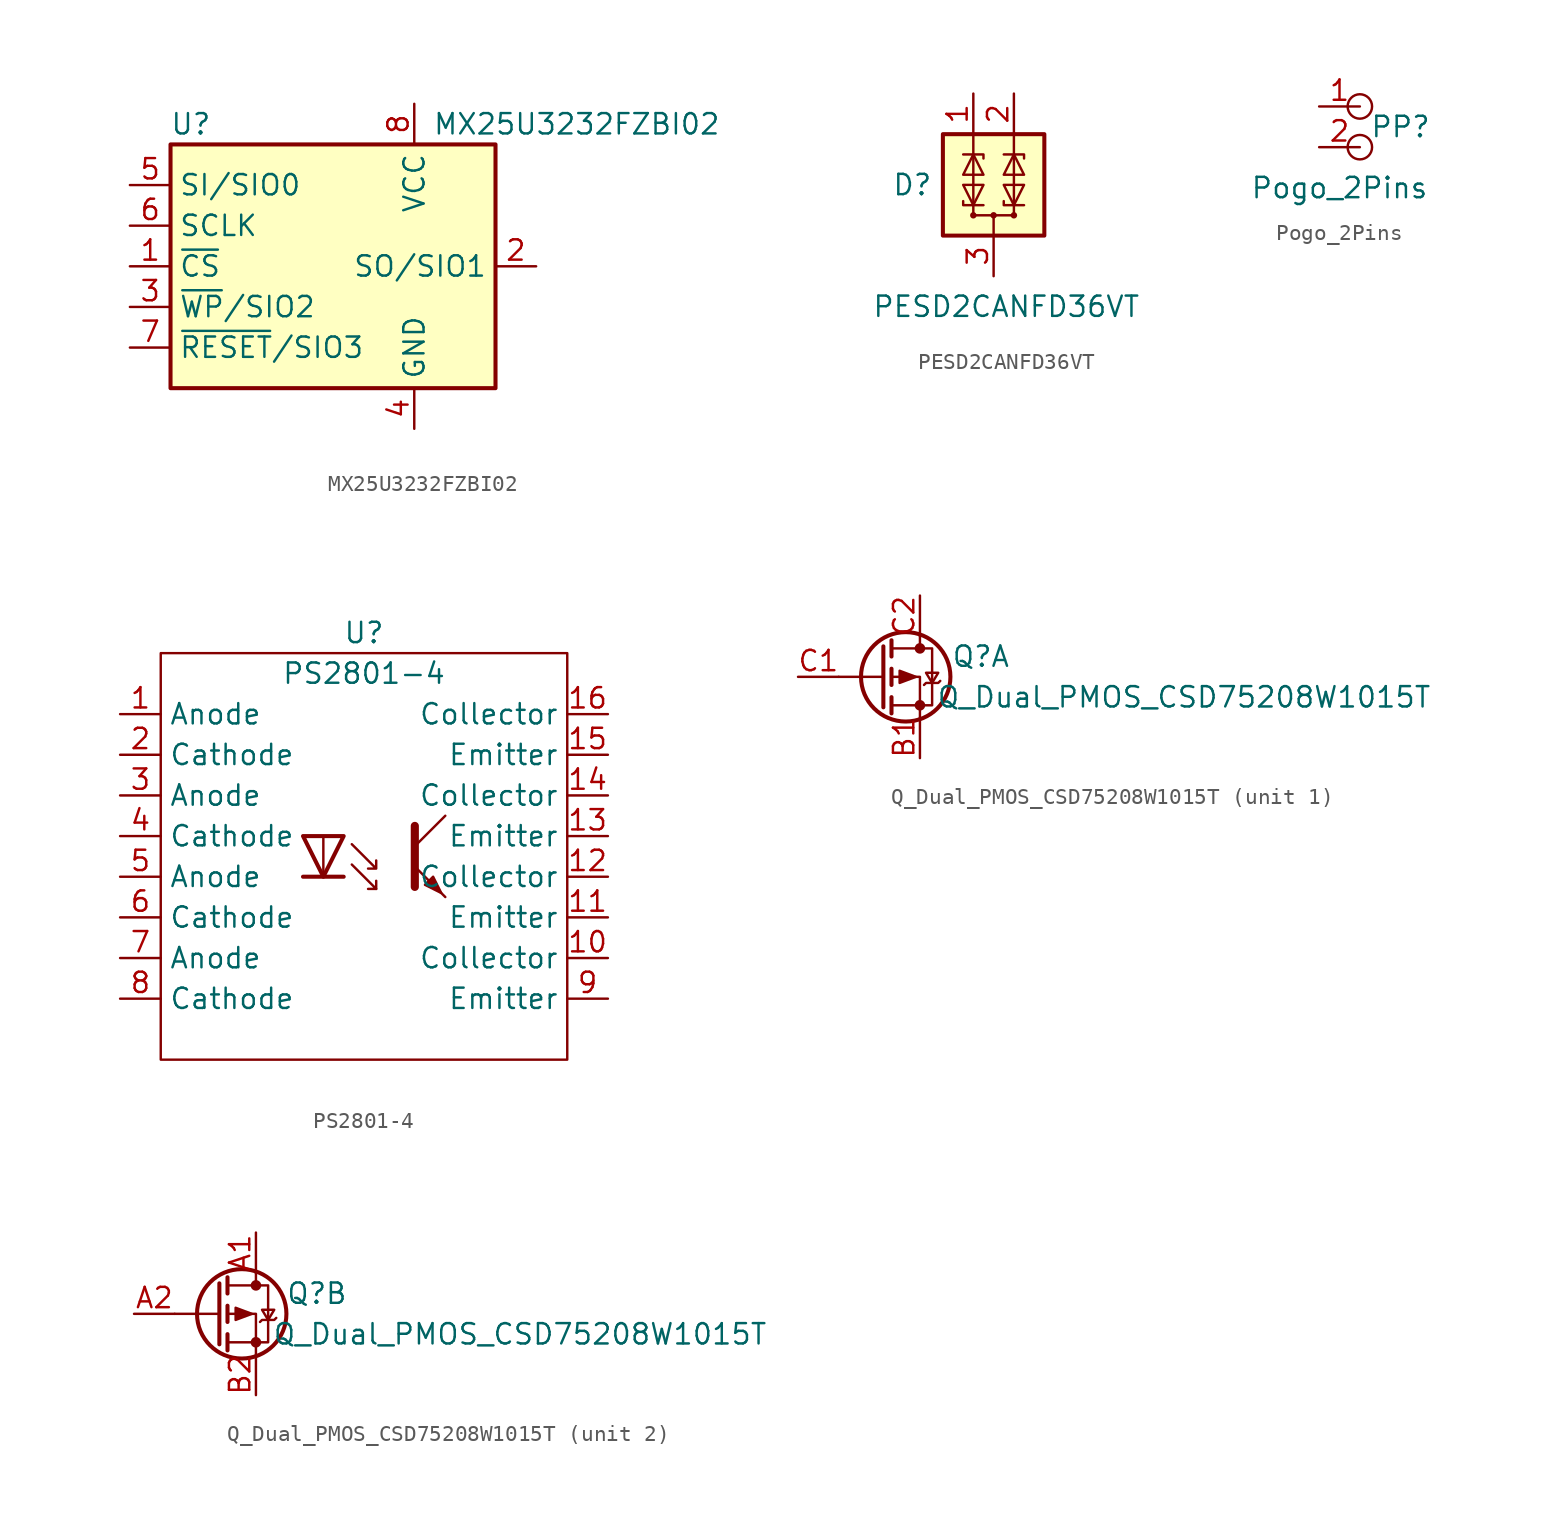
<source format=kicad_sym>
(kicad_symbol_lib
  (version 20220914)
  (generator kicad_symbol_editor)
  (symbol "MX25U3232FZBI02"
    (property "Reference" "U"
      (at -8.89 8.89 0)
      (effects (font (size 1.27 1.27))))
    (property "Value" "MX25U3232FZBI02"
      (at 15.24 8.89 0)
      (effects (font (size 1.27 1.27))))
    (symbol "MX25U3232FZBI02_1_1"
      (rectangle (start -10.16 7.62) (end 10.16 -7.62) (stroke (width 0.254) (type default)) (fill (type background)))
      (pin input line (at -12.7 0 0) (length 2.54) (name "~{CS}" (effects (font (size 1.27 1.27)))) (number "1" (effects (font (size 1.27 1.27)))))
      (pin bidirectional line (at 12.7 0 180) (length 2.54) (name "SO/SIO1" (effects (font (size 1.27 1.27)))) (number "2" (effects (font (size 1.27 1.27)))))
      (pin bidirectional line (at -12.7 -2.54 0) (length 2.54) (name "~{WP}/SIO2" (effects (font (size 1.27 1.27)))) (number "3" (effects (font (size 1.27 1.27)))))
      (pin power_in line (at 5.08 -10.16 90) (length 2.54) (name "GND" (effects (font (size 1.27 1.27)))) (number "4" (effects (font (size 1.27 1.27)))))
      (pin bidirectional line (at -12.7 5.08 0) (length 2.54) (name "SI/SIO0" (effects (font (size 1.27 1.27)))) (number "5" (effects (font (size 1.27 1.27)))))
      (pin input line (at -12.7 2.54 0) (length 2.54) (name "SCLK" (effects (font (size 1.27 1.27)))) (number "6" (effects (font (size 1.27 1.27)))))
      (pin bidirectional line (at -12.7 -5.08 0) (length 2.54) (name "~{RESET}/SIO3" (effects (font (size 1.27 1.27)))) (number "7" (effects (font (size 1.27 1.27)))))
      (pin power_in line (at 5.08 10.16 270) (length 2.54) (name "VCC" (effects (font (size 1.27 1.27)))) (number "8" (effects (font (size 1.27 1.27)))))))
  (symbol "PESD2CANFD36VT"
    (pin_names hide)
    (property "Reference" "D"
      (at -3.81 0 0)
      (effects (font (size 1.27 1.27)) (justify right)))
    (property "Value" "PESD2CANFD36VT"
      (at -7.62 -7.62 0)
      (effects (font (size 1.27 1.27)) (justify left)))
    (symbol "PESD2CANFD36VT_0_0"
      (pin passive line (at 0 -5.715 90) (length 2.54) (name "GND" (effects (font (size 1.27 1.27)))) (number "3" (effects (font (size 1.27 1.27))))))
    (symbol "PESD2CANFD36VT_0_1"
      (rectangle (start -3.175 3.175) (end 3.175 -3.175) (stroke (width 0.254) (type default)) (fill (type background)))
      (circle (center -1.27 -1.905) (radius 0.127) (stroke (width 0) (type default)) (fill (type none)))
      (circle (center 0 -1.905) (radius 0.127) (stroke (width 0) (type default)) (fill (type none)))
      (polyline (pts (xy -1.27 -1.905) (xy 0 -1.905)) (stroke (width 0.152) (type default)) (fill (type none)))
      (polyline (pts (xy -1.27 3.175) (xy -1.27 -1.905)) (stroke (width 0) (type default)) (fill (type none)))
      (polyline (pts (xy 0 -1.905) (xy 0 -3.175)) (stroke (width 0) (type default)) (fill (type none)))
      (polyline (pts (xy 1.27 -1.905) (xy 0 -1.905)) (stroke (width 0.152) (type default)) (fill (type none)))
      (polyline (pts (xy 1.27 3.175) (xy 1.27 -1.905)) (stroke (width 0) (type default)) (fill (type none)))
      (polyline (pts (xy -1.905 1.905) (xy -0.635 1.905) (xy -0.635 1.651)) (stroke (width 0) (type default)) (fill (type none)))
      (polyline (pts (xy -0.635 -1.27) (xy -1.905 -1.27) (xy -1.905 -1.016)) (stroke (width 0) (type default)) (fill (type none)))
      (polyline (pts (xy 0.635 1.905) (xy 1.905 1.905) (xy 1.905 1.651)) (stroke (width 0) (type default)) (fill (type none)))
      (polyline (pts (xy 1.905 -1.27) (xy 0.635 -1.27) (xy 0.635 -1.016)) (stroke (width 0) (type default)) (fill (type none)))
      (polyline (pts (xy -1.905 0.635) (xy -0.635 0.635) (xy -1.27 1.905) (xy -1.905 0.635)) (stroke (width 0) (type default)) (fill (type none)))
      (polyline (pts (xy -0.635 0) (xy -1.905 0) (xy -1.27 -1.27) (xy -0.635 0)) (stroke (width 0) (type default)) (fill (type none)))
      (polyline (pts (xy 0.635 0.635) (xy 1.905 0.635) (xy 1.27 1.905) (xy 0.635 0.635)) (stroke (width 0) (type default)) (fill (type none)))
      (polyline (pts (xy 1.905 0) (xy 0.635 0) (xy 1.27 -1.27) (xy 1.905 0)) (stroke (width 0) (type default)) (fill (type none)))
      (circle (center 1.27 -1.905) (radius 0.127) (stroke (width 0) (type default)) (fill (type none))))
    (symbol "PESD2CANFD36VT_1_1"
      (pin passive line (at -1.27 5.715 270) (length 2.54) (name "IO1" (effects (font (size 1.27 1.27)))) (number "1" (effects (font (size 1.27 1.27)))))
      (pin passive line (at 1.27 5.715 270) (length 2.54) (name "IO2" (effects (font (size 1.27 1.27)))) (number "2" (effects (font (size 1.27 1.27)))))))
  (symbol "Pogo_2Pins"
    (pin_names
      (offset 0.762) hide)
    (property "Reference" "PP"
      (at 3.81 0 0)
      (effects (font (size 1.27 1.27))))
    (property "Value" "Pogo_2Pins"
      (at 0 -3.81 0)
      (effects (font (size 1.27 1.27))))
    (property "Datasheet" ""
      (at 0 -2.54 0)
      (effects (font (size 1.27 1.27))))
    (symbol "Pogo_2Pins_0_1"
      (circle (center 1.27 -1.27) (radius 0.762) (stroke (width 0) (type default)) (fill (type none)))
      (circle (center 1.27 1.27) (radius 0.762) (stroke (width 0) (type default)) (fill (type none)))
      (pin passive line (at -1.27 1.27 0) (length 2.54) (name "1" (effects (font (size 1.27 1.27)))) (number "1" (effects (font (size 1.27 1.27)))))
      (pin passive line (at -1.27 -1.27 0) (length 2.54) (name "2" (effects (font (size 1.27 1.27)))) (number "2" (effects (font (size 1.27 1.27)))))))
  (symbol "PS2801-4"
    (property "Reference" "U"
      (at 0 13.97 0)
      (effects (font (size 1.27 1.27))))
    (property "Value" "PS2801-4"
      (at 0 11.43 0)
      (effects (font (size 1.27 1.27))))
    (symbol "PS2801-4_0_0"
      (pin input line (at -15.24 8.89 0) (length 2.54) (name "Anode" (effects (font (size 1.27 1.27)))) (number "1" (effects (font (size 1.27 1.27)))))
      (pin output line (at 15.24 -6.35 180) (length 2.54) (name "Collector" (effects (font (size 1.27 1.27)))) (number "10" (effects (font (size 1.27 1.27)))))
      (pin output line (at 15.24 -3.81 180) (length 2.54) (name "Emitter" (effects (font (size 1.27 1.27)))) (number "11" (effects (font (size 1.27 1.27)))))
      (pin output line (at 15.24 -1.27 180) (length 2.54) (name "Collector" (effects (font (size 1.27 1.27)))) (number "12" (effects (font (size 1.27 1.27)))))
      (pin output line (at 15.24 1.27 180) (length 2.54) (name "Emitter" (effects (font (size 1.27 1.27)))) (number "13" (effects (font (size 1.27 1.27)))))
      (pin output line (at 15.24 3.81 180) (length 2.54) (name "Collector" (effects (font (size 1.27 1.27)))) (number "14" (effects (font (size 1.27 1.27)))))
      (pin output line (at 15.24 6.35 180) (length 2.54) (name "Emitter" (effects (font (size 1.27 1.27)))) (number "15" (effects (font (size 1.27 1.27)))))
      (pin output line (at 15.24 8.89 180) (length 2.54) (name "Collector" (effects (font (size 1.27 1.27)))) (number "16" (effects (font (size 1.27 1.27)))))
      (pin input line (at -15.24 6.35 0) (length 2.54) (name "Cathode" (effects (font (size 1.27 1.27)))) (number "2" (effects (font (size 1.27 1.27)))))
      (pin input line (at -15.24 3.81 0) (length 2.54) (name "Anode" (effects (font (size 1.27 1.27)))) (number "3" (effects (font (size 1.27 1.27)))))
      (pin input line (at -15.24 1.27 0) (length 2.54) (name "Cathode" (effects (font (size 1.27 1.27)))) (number "4" (effects (font (size 1.27 1.27)))))
      (pin input line (at -15.24 -1.27 0) (length 2.54) (name "Anode" (effects (font (size 1.27 1.27)))) (number "5" (effects (font (size 1.27 1.27)))))
      (pin input line (at -15.24 -3.81 0) (length 2.54) (name "Cathode" (effects (font (size 1.27 1.27)))) (number "6" (effects (font (size 1.27 1.27)))))
      (pin input line (at -15.24 -6.35 0) (length 2.54) (name "Anode" (effects (font (size 1.27 1.27)))) (number "7" (effects (font (size 1.27 1.27)))))
      (pin input line (at -15.24 -8.89 0) (length 2.54) (name "Cathode" (effects (font (size 1.27 1.27)))) (number "8" (effects (font (size 1.27 1.27)))))
      (pin output line (at 15.24 -8.89 180) (length 2.54) (name "Emitter" (effects (font (size 1.27 1.27)))) (number "9" (effects (font (size 1.27 1.27))))))
    (symbol "PS2801-4_0_1"
      (rectangle (start -12.7 12.7) (end 12.7 -12.7) (stroke (width 0.152) (type default)) (fill (type none)))
      (polyline (pts (xy -3.81 -1.27) (xy -1.27 -1.27)) (stroke (width 0.254) (type default)) (fill (type none)))
      (polyline (pts (xy -2.54 1.27) (xy -2.54 -1.27)) (stroke (width 0) (type default)) (fill (type none)))
      (polyline (pts (xy 0.762 -2.032) (xy 0.762 -1.524)) (stroke (width 0) (type default)) (fill (type none)))
      (polyline (pts (xy 3.175 0.635) (xy 5.08 2.54)) (stroke (width 0) (type default)) (fill (type none)))
      (polyline (pts (xy -0.762 -0.508) (xy 0.762 -2.032) (xy 0.254 -2.032)) (stroke (width 0) (type default)) (fill (type none)))
      (polyline (pts (xy 3.175 -0.635) (xy 5.08 -2.54) (xy 5.08 -2.54)) (stroke (width 0) (type default)) (fill (type none)))
      (polyline (pts (xy 3.175 1.905) (xy 3.175 -1.905) (xy 3.175 -1.905)) (stroke (width 0.508) (type default)) (fill (type none)))
      (polyline (pts (xy -1.27 1.27) (xy -3.81 1.27) (xy -2.54 -1.27) (xy -1.27 1.27)) (stroke (width 0.254) (type default)) (fill (type none)))
      (polyline (pts (xy -0.762 0.762) (xy 0.762 -0.762) (xy 0.254 -0.762) (xy 0.762 -0.762) (xy 0.762 -0.254)) (stroke (width 0) (type default)) (fill (type none)))
      (polyline (pts (xy 3.81 -1.778) (xy 4.318 -1.27) (xy 4.826 -2.286) (xy 3.81 -1.778) (xy 3.81 -1.778)) (stroke (width 0) (type default)) (fill (type outline)))))
  (symbol "Q_Dual_PMOS_CSD75208W1015T"
    (pin_names
      (offset 0) hide)
    (property "Reference" "Q"
      (at 6.35 1.27 0)
      (effects (font (size 1.27 1.27))))
    (property "Value" "Q_Dual_PMOS_CSD75208W1015T"
      (at 19.05 -1.27 0)
      (effects (font (size 1.27 1.27))))
    (symbol "Q_Dual_PMOS_CSD75208W1015T_0_1"
      (polyline (pts (xy 0.254 0) (xy -2.54 0)) (stroke (width 0) (type default)) (fill (type none)))
      (polyline (pts (xy 0.254 1.905) (xy 0.254 -1.905)) (stroke (width 0.254) (type default)) (fill (type none)))
      (polyline (pts (xy 0.762 -1.27) (xy 0.762 -2.286)) (stroke (width 0.254) (type default)) (fill (type none)))
      (polyline (pts (xy 0.762 0.508) (xy 0.762 -0.508)) (stroke (width 0.254) (type default)) (fill (type none)))
      (polyline (pts (xy 0.762 2.286) (xy 0.762 1.27)) (stroke (width 0.254) (type default)) (fill (type none)))
      (polyline (pts (xy 2.54 2.54) (xy 2.54 1.778)) (stroke (width 0) (type default)) (fill (type none)))
      (polyline (pts (xy 2.54 -2.54) (xy 2.54 0) (xy 0.762 0)) (stroke (width 0) (type default)) (fill (type none)))
      (polyline (pts (xy 0.762 1.778) (xy 3.302 1.778) (xy 3.302 -1.778) (xy 0.762 -1.778)) (stroke (width 0) (type default)) (fill (type none)))
      (polyline (pts (xy 2.286 0) (xy 1.27 0.381) (xy 1.27 -0.381) (xy 2.286 0)) (stroke (width 0) (type default)) (fill (type outline)))
      (polyline (pts (xy 2.794 -0.508) (xy 2.921 -0.381) (xy 3.683 -0.381) (xy 3.81 -0.254)) (stroke (width 0) (type default)) (fill (type none)))
      (polyline (pts (xy 3.302 -0.381) (xy 2.921 0.254) (xy 3.683 0.254) (xy 3.302 -0.381)) (stroke (width 0) (type default)) (fill (type none)))
      (circle (center 1.651 0) (radius 2.794) (stroke (width 0.254) (type default)) (fill (type none)))
      (circle (center 2.54 -1.778) (radius 0.254) (stroke (width 0) (type default)) (fill (type outline)))
      (circle (center 2.54 1.778) (radius 0.254) (stroke (width 0) (type default)) (fill (type outline))))
    (symbol "Q_Dual_PMOS_CSD75208W1015T_1_1"
      (pin passive line (at 2.54 -5.08 90) (length 2.54) (name "S" (effects (font (size 1.27 1.27)))) (number "B1" (effects (font (size 1.27 1.27)))))
      (pin input line (at -5.08 0 0) (length 2.54) (name "G" (effects (font (size 1.27 1.27)))) (number "C1" (effects (font (size 1.27 1.27)))))
      (pin passive line (at 2.54 5.08 270) (length 2.54) (name "D" (effects (font (size 1.27 1.27)))) (number "C2" (effects (font (size 1.27 1.27))))))
    (symbol "Q_Dual_PMOS_CSD75208W1015T_2_1"
      (pin passive line (at 2.54 5.08 270) (length 2.54) (name "D" (effects (font (size 1.27 1.27)))) (number "A1" (effects (font (size 1.27 1.27)))))
      (pin input line (at -5.08 0 0) (length 2.54) (name "G" (effects (font (size 1.27 1.27)))) (number "A2" (effects (font (size 1.27 1.27)))))
      (pin passive line (at 2.54 -5.08 90) (length 2.54) (name "S" (effects (font (size 1.27 1.27)))) (number "B2" (effects (font (size 1.27 1.27))))))))
</source>
